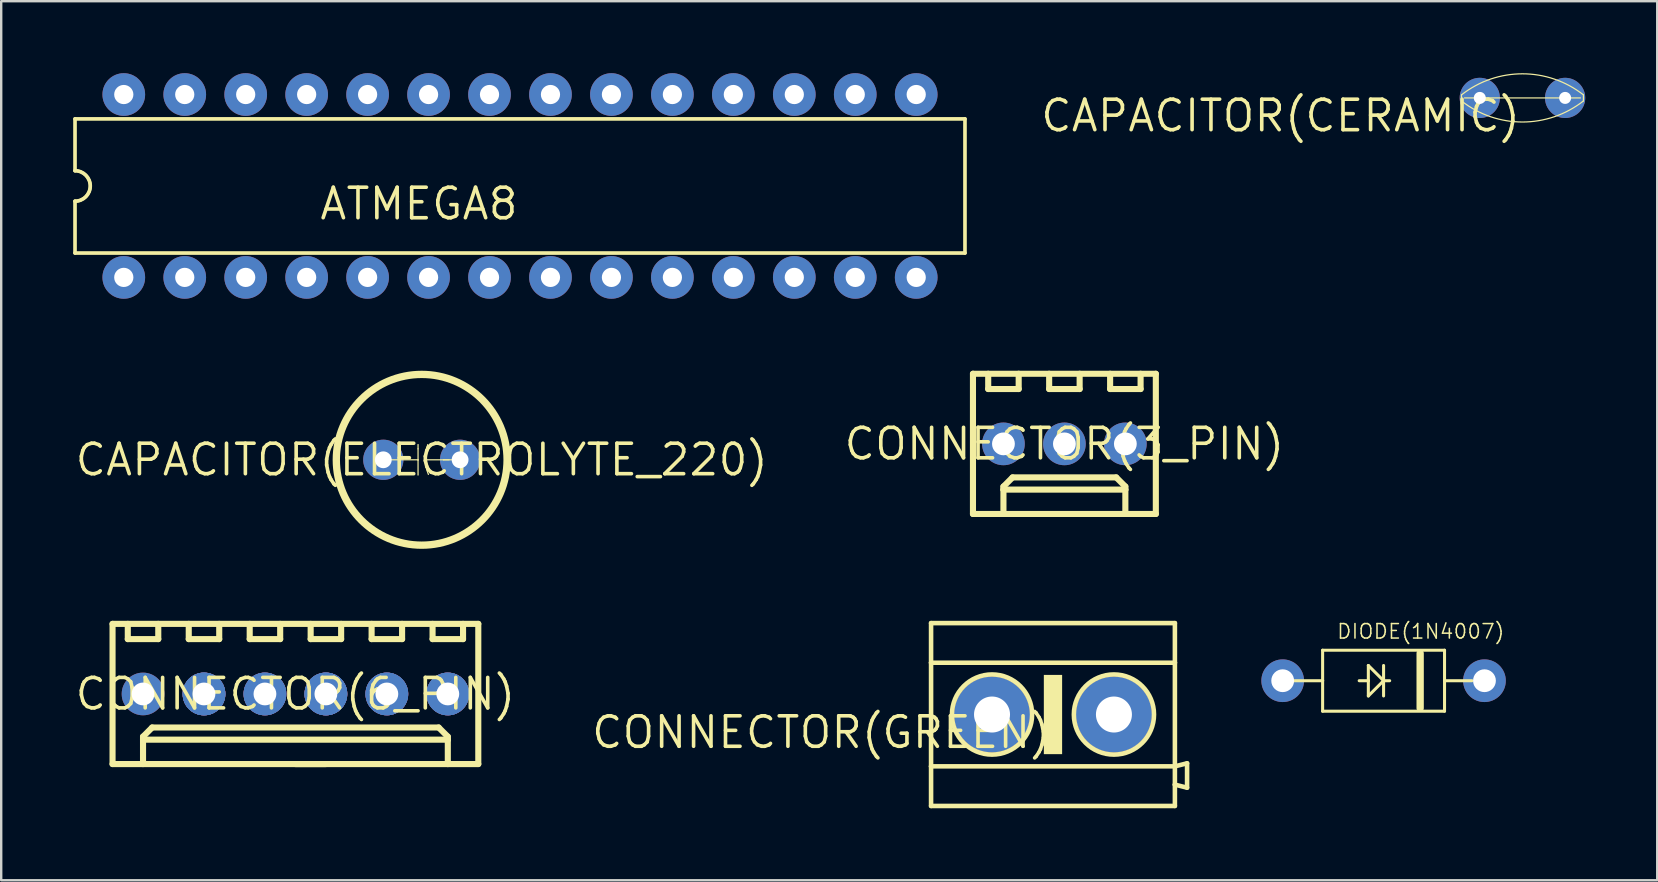
<source format=kicad_pcb>
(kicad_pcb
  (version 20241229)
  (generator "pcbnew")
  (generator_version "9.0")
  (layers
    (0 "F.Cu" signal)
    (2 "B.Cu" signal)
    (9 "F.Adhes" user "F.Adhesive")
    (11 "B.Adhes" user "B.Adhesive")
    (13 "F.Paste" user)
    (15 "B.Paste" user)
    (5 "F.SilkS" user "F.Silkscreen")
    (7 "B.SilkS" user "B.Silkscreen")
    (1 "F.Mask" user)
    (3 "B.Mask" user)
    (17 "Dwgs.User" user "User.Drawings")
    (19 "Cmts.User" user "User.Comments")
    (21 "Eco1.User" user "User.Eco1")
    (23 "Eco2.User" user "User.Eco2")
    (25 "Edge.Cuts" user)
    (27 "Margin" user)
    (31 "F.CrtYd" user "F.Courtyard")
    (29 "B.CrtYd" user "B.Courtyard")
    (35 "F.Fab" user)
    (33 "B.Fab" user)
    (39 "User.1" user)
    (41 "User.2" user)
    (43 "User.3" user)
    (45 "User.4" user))
  (footprint "ATMEGA8"
    (layer "F.Cu")
    (at 18.618 4.699)
    (property "Reference" "ATMEGA8" (at 0 0 0) (layer "F.SilkS") (effects (font (size 1.27 1.27) (thickness 0.15)) (justify right top)))
    (attr through_hole)
    (fp_line (start -18.542 -2.794) (end -18.542 -0.635) (stroke (width 0.152) (type solid)) (layer "F.SilkS"))
    (fp_line (start -18.542 -2.794) (end 18.542 -2.794) (stroke (width 0.152) (type solid)) (layer "F.SilkS"))
    (fp_line (start -18.542 0.635) (end -18.542 2.794) (stroke (width 0.152) (type solid)) (layer "F.SilkS"))
    (fp_line (start -18.542 2.794) (end 18.542 2.794) (stroke (width 0.152) (type solid)) (layer "F.SilkS"))
    (fp_line (start 18.542 -2.794) (end 18.542 2.794) (stroke (width 0.152) (type solid)) (layer "F.SilkS"))
    (fp_arc (start -18.542 -0.635) (mid -17.907 0) (end -18.542 0.635) (stroke (width 0.127) (type solid)) (layer "F.SilkS"))
    (fp_arc (start -18.542 -0.635) (mid -17.907 0) (end -18.542 0.635) (stroke (width 0.1524) (type solid)) (layer "F.SilkS"))
    (pad "AGND" thru_hole circle (at -1.27 -3.81) (size 1.778 1.778) (drill 0.8) (layers "*.Cu" "*.Mask"))
    (pad "AREF" thru_hole circle (at 1.27 -3.81) (size 1.778 1.778) (drill 0.8) (layers "*.Cu" "*.Mask"))
    (pad "AVCC" thru_hole circle (at 3.81 -3.81) (size 1.778 1.778) (drill 0.8) (layers "*.Cu" "*.Mask"))
    (pad "GND" thru_hole circle (at 1.27 3.81) (size 1.778 1.778) (drill 0.8) (layers "*.Cu" "*.Mask"))
    (pad "PB0" thru_hole circle (at 16.51 3.81) (size 1.778 1.778) (drill 0.8) (layers "*.Cu" "*.Mask"))
    (pad "PB1" thru_hole circle (at 16.51 -3.81) (size 1.778 1.778) (drill 0.8) (layers "*.Cu" "*.Mask"))
    (pad "PB2" thru_hole circle (at 13.97 -3.81) (size 1.778 1.778) (drill 0.8) (layers "*.Cu" "*.Mask"))
    (pad "PB3" thru_hole circle (at 11.43 -3.81) (size 1.778 1.778) (drill 0.8) (layers "*.Cu" "*.Mask"))
    (pad "PB4" thru_hole circle (at 8.89 -3.81) (size 1.778 1.778) (drill 0.8) (layers "*.Cu" "*.Mask"))
    (pad "PB5" thru_hole circle (at 6.35 -3.81) (size 1.778 1.778) (drill 0.8) (layers "*.Cu" "*.Mask"))
    (pad "PB6" thru_hole circle (at 3.81 3.81) (size 1.778 1.778) (drill 0.8) (layers "*.Cu" "*.Mask"))
    (pad "PB7" thru_hole circle (at 6.35 3.81) (size 1.778 1.778) (drill 0.8) (layers "*.Cu" "*.Mask"))
    (pad "PC0" thru_hole circle (at -3.81 -3.81) (size 1.778 1.778) (drill 0.8) (layers "*.Cu" "*.Mask"))
    (pad "PC1" thru_hole circle (at -6.35 -3.81) (size 1.778 1.778) (drill 0.8) (layers "*.Cu" "*.Mask"))
    (pad "PC2" thru_hole circle (at -8.89 -3.81) (size 1.778 1.778) (drill 0.8) (layers "*.Cu" "*.Mask"))
    (pad "PC3" thru_hole circle (at -11.43 -3.81) (size 1.778 1.778) (drill 0.8) (layers "*.Cu" "*.Mask"))
    (pad "PC4" thru_hole circle (at -13.97 -3.81) (size 1.778 1.778) (drill 0.8) (layers "*.Cu" "*.Mask"))
    (pad "PC5" thru_hole circle (at -16.51 -3.81) (size 1.778 1.778) (drill 0.8) (layers "*.Cu" "*.Mask"))
    (pad "PC6" thru_hole circle (at -16.51 3.81) (size 1.778 1.778) (drill 0.8) (layers "*.Cu" "*.Mask"))
    (pad "PD0" thru_hole circle (at -13.97 3.81) (size 1.778 1.778) (drill 0.8) (layers "*.Cu" "*.Mask"))
    (pad "PD1" thru_hole circle (at -11.43 3.81) (size 1.778 1.778) (drill 0.8) (layers "*.Cu" "*.Mask"))
    (pad "PD2" thru_hole circle (at -8.89 3.81) (size 1.778 1.778) (drill 0.8) (layers "*.Cu" "*.Mask"))
    (pad "PD3" thru_hole circle (at -6.35 3.81) (size 1.778 1.778) (drill 0.8) (layers "*.Cu" "*.Mask"))
    (pad "PD4" thru_hole circle (at -3.81 3.81) (size 1.778 1.778) (drill 0.8) (layers "*.Cu" "*.Mask"))
    (pad "PD5" thru_hole circle (at 8.89 3.81) (size 1.778 1.778) (drill 0.8) (layers "*.Cu" "*.Mask"))
    (pad "PD6" thru_hole circle (at 11.43 3.81) (size 1.778 1.778) (drill 0.8) (layers "*.Cu" "*.Mask"))
    (pad "PD7" thru_hole circle (at 13.97 3.81) (size 1.778 1.778) (drill 0.8) (layers "*.Cu" "*.Mask"))
    (pad "VCC" thru_hole circle (at -1.27 3.81) (size 1.778 1.778) (drill 0.8) (layers "*.Cu" "*.Mask")))
  (footprint "CONNECTOR(GREEN)"
    (layer "F.Cu")
    (at 40.827 26.724)
    (property "Reference" "CONNECTOR(GREEN)" (at 0 0 0) (layer "F.SilkS") (effects (font (size 1.27 1.27) (thickness 0.15)) (justify right top)))
    (attr through_hole)
    (fp_line (start -5.08 -3.81) (end 5.08 -3.81) (stroke (width 0.19) (type solid)) (layer "F.SilkS"))
    (fp_line (start -5.08 -2.159) (end -5.08 -3.81) (stroke (width 0.19) (type solid)) (layer "F.SilkS"))
    (fp_line (start -5.08 -2.159) (end 5.08 -2.159) (stroke (width 0.19) (type solid)) (layer "F.SilkS"))
    (fp_line (start -5.08 2.159) (end -5.08 -2.159) (stroke (width 0.19) (type solid)) (layer "F.SilkS"))
    (fp_line (start -5.08 2.159) (end 5.08 2.159) (stroke (width 0.19) (type solid)) (layer "F.SilkS"))
    (fp_line (start -5.08 3.81) (end -5.08 2.159) (stroke (width 0.19) (type solid)) (layer "F.SilkS"))
    (fp_line (start 5.08 -3.81) (end 5.08 -2.159) (stroke (width 0.19) (type solid)) (layer "F.SilkS"))
    (fp_line (start 5.08 -2.159) (end 5.08 2.159) (stroke (width 0.19) (type solid)) (layer "F.SilkS"))
    (fp_line (start 5.08 2.159) (end 5.08 2.921) (stroke (width 0.19) (type solid)) (layer "F.SilkS"))
    (fp_line (start 5.08 2.921) (end 5.08 3.81) (stroke (width 0.19) (type solid)) (layer "F.SilkS"))
    (fp_line (start 5.08 2.921) (end 5.588 3.048) (stroke (width 0.19) (type solid)) (layer "F.SilkS"))
    (fp_line (start 5.08 3.81) (end -5.08 3.81) (stroke (width 0.19) (type solid)) (layer "F.SilkS"))
    (fp_line (start 5.588 2.032) (end 5.08 2.159) (stroke (width 0.19) (type solid)) (layer "F.SilkS"))
    (fp_line (start 5.588 2.032) (end 5.588 3.048) (stroke (width 0.19) (type solid)) (layer "F.SilkS"))
    (fp_circle (center -2.54 0) (end -0.87 0) (stroke (width 0.19) (type solid)) (fill no) (layer "F.SilkS"))
    (fp_circle (center 2.54 0) (end 4.21 0) (stroke (width 0.19) (type solid)) (fill no) (layer "F.SilkS"))
    (fp_poly (pts (xy -0.381 1.651) (xy 0.381 1.651) (xy 0.381 -1.651) (xy -0.381 -1.651)) (stroke (width 0) (type solid)) (fill yes) (layer "F.SilkS"))
    (pad "P$1" thru_hole circle (at -2.54 0 90) (size 3.175 3.175) (drill 1.5) (layers "*.Cu" "*.Mask"))
    (pad "P$2" thru_hole circle (at 2.54 0 90) (size 3.175 3.175) (drill 1.5) (layers "*.Cu" "*.Mask")))
  (footprint "CAPACITOR(ELECTROLYTE_220)"
    (layer "F.Cu")
    (at 14.522 16.109)
    (property "Reference" "CAPACITOR(ELECTROLYTE_220)" (at 0 0 0) (layer "F.SilkS") (effects (font (size 1.27 1.27) (thickness 0.15))))
    (attr through_hole)
    (fp_line (start -0.165 0) (end -1.321 0) (stroke (width 0.051) (type solid)) (layer "F.SilkS"))
    (fp_line (start -0.152 -0.457) (end -0.152 -0.635) (stroke (width 0.051) (type solid)) (layer "F.SilkS"))
    (fp_line (start -0.152 0) (end -0.152 -0.457) (stroke (width 0.051) (type solid)) (layer "F.SilkS"))
    (fp_line (start -0.152 0) (end -0.152 0.013) (stroke (width 0.051) (type solid)) (layer "F.SilkS"))
    (fp_line (start -0.152 0.013) (end -0.152 0.635) (stroke (width 0.051) (type solid)) (layer "F.SilkS"))
    (fp_line (start 0.165 0) (end 0.914 0) (stroke (width 0.051) (type solid)) (layer "F.SilkS"))
    (fp_line (start 0.914 0) (end 1.143 0) (stroke (width 0.051) (type solid)) (layer "F.SilkS"))
    (fp_line (start 0.914 0) (end 1.321 0) (stroke (width 0.051) (type solid)) (layer "F.SilkS"))
    (fp_arc (start 0.279399 0.6096) (mid 0.149085 -0.0103) (end 0.254 -0.635) (stroke (width 0.0508) (type solid)) (layer "F.SilkS"))
    (fp_circle (center 0 0) (end 3.558 0) (stroke (width 0.305) (type solid)) (fill no) (layer "F.SilkS"))
    (fp_text user "-" (at 1.511 0.152 0) (layer "F.SilkS") (effects (font (size 0.386 0.386) (thickness 0.033)) (justify left bottom)))
    (fp_text user "+" (at -1.765 0.203 0) (layer "F.SilkS") (effects (font (size 0.386 0.386) (thickness 0.033)) (justify left bottom)))
    (pad "+" thru_hole circle (at -1.6 0) (size 1.676 1.676) (drill 0.7) (layers "*.Cu" "*.Mask"))
    (pad "-" thru_hole circle (at 1.6 0) (size 1.676 1.676) (drill 0.7) (layers "*.Cu" "*.Mask")))
  (footprint "CAPACITOR(CERAMIC)"
    (layer "F.Cu")
    (at 60.39 1.03)
    (property "Reference" "CAPACITOR(CERAMIC)" (at 0 0 0) (layer "F.SilkS") (effects (font (size 1.27 1.27) (thickness 0.15)) (justify right top)))
    (attr through_hole)
    (fp_line (start -2.54 -0.127) (end -2.54 0.127) (stroke (width 0.051) (type solid)) (layer "F.SilkS"))
    (fp_line (start -2.413 0) (end 2.413 0) (stroke (width 0.051) (type solid)) (layer "F.SilkS"))
    (fp_line (start 2.54 -0.127) (end 2.54 0.127) (stroke (width 0.051) (type solid)) (layer "F.SilkS"))
    (fp_arc (start -2.54 -0.127) (mid -0.000001 -1.00426) (end 2.539999 -0.127001) (stroke (width 0.0508) (type solid)) (layer "F.SilkS"))
    (fp_arc (start 2.54 0.127) (mid 0.000001 1.00426) (end -2.539999 0.127001) (stroke (width 0.0508) (type solid)) (layer "F.SilkS"))
    (pad "1" thru_hole circle (at -1.778 0) (size 1.676 1.676) (drill 0.5) (layers "*.Cu" "*.Mask"))
    (pad "2" thru_hole circle (at 1.778 0) (size 1.676 1.676) (drill 0.5) (layers "*.Cu" "*.Mask")))
  (footprint "DIODE(1N4007)"
    (layer "F.Cu")
    (at 54.603 25.315)
    (property "Reference" "DIODE(1N4007)" (at -1.981 -1.702 0) (layer "F.SilkS") (effects (font (size 0.603 0.603) (thickness 0.064)) (justify left bottom)))
    (attr through_hole)
    (fp_line (start -2.54 -1.27) (end 2.54 -1.27) (stroke (width 0.127) (type solid)) (layer "F.SilkS"))
    (fp_line (start -2.54 0) (end -3.81 0) (stroke (width 0.127) (type solid)) (layer "F.SilkS"))
    (fp_line (start -2.54 0) (end -2.54 -1.27) (stroke (width 0.127) (type solid)) (layer "F.SilkS"))
    (fp_line (start -2.54 1.27) (end -2.54 0) (stroke (width 0.127) (type solid)) (layer "F.SilkS"))
    (fp_line (start -0.635 0) (end -1.016 0) (stroke (width 0.127) (type solid)) (layer "F.SilkS"))
    (fp_line (start -0.635 0) (end -0.635 -0.635) (stroke (width 0.127) (type solid)) (layer "F.SilkS"))
    (fp_line (start -0.635 0.635) (end -0.635 0) (stroke (width 0.127) (type solid)) (layer "F.SilkS"))
    (fp_line (start 0 0) (end -0.635 -0.635) (stroke (width 0.127) (type solid)) (layer "F.SilkS"))
    (fp_line (start 0 0) (end -0.635 0.635) (stroke (width 0.127) (type solid)) (layer "F.SilkS"))
    (fp_line (start 0 0) (end 0 -0.635) (stroke (width 0.127) (type solid)) (layer "F.SilkS"))
    (fp_line (start 0 0) (end 0 0.635) (stroke (width 0.127) (type solid)) (layer "F.SilkS"))
    (fp_line (start 0 0) (end 0.254 0) (stroke (width 0.127) (type solid)) (layer "F.SilkS"))
    (fp_line (start 1.524 -1.143) (end 1.524 1.143) (stroke (width 0.305) (type solid)) (layer "F.SilkS"))
    (fp_line (start 2.54 -1.27) (end 2.54 0) (stroke (width 0.127) (type solid)) (layer "F.SilkS"))
    (fp_line (start 2.54 0) (end 2.54 1.27) (stroke (width 0.127) (type solid)) (layer "F.SilkS"))
    (fp_line (start 2.54 0) (end 3.683 0) (stroke (width 0.127) (type solid)) (layer "F.SilkS"))
    (fp_line (start 2.54 1.27) (end -2.54 1.27) (stroke (width 0.127) (type solid)) (layer "F.SilkS"))
    (pad "A" thru_hole circle (at -4.204 0) (size 1.778 1.778) (drill 0.95) (layers "*.Cu" "*.Mask"))
    (pad "C" thru_hole circle (at 4.204 0) (size 1.778 1.778) (drill 0.95) (layers "*.Cu" "*.Mask")))
  (footprint "CONNECTOR(6_PIN)"
    (layer "F.Cu")
    (at 9.26 25.867)
    (property "Reference" "CONNECTOR(6_PIN)" (at 0 0 0) (layer "F.SilkS") (effects (font (size 1.27 1.27) (thickness 0.15))))
    (attr through_hole)
    (fp_line (start -7.62 -2.921) (end -7.62 2.921) (stroke (width 0.254) (type solid)) (layer "F.SilkS"))
    (fp_line (start -7.62 -2.921) (end 7.62 -2.921) (stroke (width 0.254) (type solid)) (layer "F.SilkS"))
    (fp_line (start -6.985 -2.921) (end -6.985 -2.286) (stroke (width 0.254) (type solid)) (layer "F.SilkS"))
    (fp_line (start -6.985 -2.286) (end -5.715 -2.286) (stroke (width 0.254) (type solid)) (layer "F.SilkS"))
    (fp_line (start -6.35 1.778) (end -6.35 1.905) (stroke (width 0.254) (type solid)) (layer "F.SilkS"))
    (fp_line (start -6.35 1.905) (end -6.35 2.921) (stroke (width 0.254) (type solid)) (layer "F.SilkS"))
    (fp_line (start -6.35 1.905) (end 6.35 1.905) (stroke (width 0.254) (type solid)) (layer "F.SilkS"))
    (fp_line (start -6.35 2.921) (end -7.62 2.921) (stroke (width 0.254) (type solid)) (layer "F.SilkS"))
    (fp_line (start -5.969 1.397) (end -6.35 1.778) (stroke (width 0.254) (type solid)) (layer "F.SilkS"))
    (fp_line (start -5.715 -2.286) (end -5.715 -2.921) (stroke (width 0.254) (type solid)) (layer "F.SilkS"))
    (fp_line (start -4.445 -2.286) (end -4.445 -2.921) (stroke (width 0.254) (type solid)) (layer "F.SilkS"))
    (fp_line (start -4.445 -2.286) (end -3.175 -2.286) (stroke (width 0.254) (type solid)) (layer "F.SilkS"))
    (fp_line (start -3.175 -2.921) (end -3.175 -2.286) (stroke (width 0.254) (type solid)) (layer "F.SilkS"))
    (fp_line (start -1.905 -2.286) (end -1.905 -2.921) (stroke (width 0.254) (type solid)) (layer "F.SilkS"))
    (fp_line (start -1.905 -2.286) (end -0.635 -2.286) (stroke (width 0.254) (type solid)) (layer "F.SilkS"))
    (fp_line (start -0.635 -2.921) (end -0.635 -2.286) (stroke (width 0.254) (type solid)) (layer "F.SilkS"))
    (fp_line (start 0 2.921) (end 6.35 2.921) (stroke (width 0.254) (type solid)) (layer "F.SilkS"))
    (fp_line (start 0.635 -2.921) (end 0.635 -2.286) (stroke (width 0.254) (type solid)) (layer "F.SilkS"))
    (fp_line (start 0.635 -2.286) (end 1.905 -2.286) (stroke (width 0.254) (type solid)) (layer "F.SilkS"))
    (fp_line (start 1.27 2.921) (end -6.35 2.921) (stroke (width 0.254) (type solid)) (layer "F.SilkS"))
    (fp_line (start 1.905 -2.286) (end 1.905 -2.921) (stroke (width 0.254) (type solid)) (layer "F.SilkS"))
    (fp_line (start 3.175 -2.286) (end 3.175 -2.921) (stroke (width 0.254) (type solid)) (layer "F.SilkS"))
    (fp_line (start 3.175 -2.286) (end 4.445 -2.286) (stroke (width 0.254) (type solid)) (layer "F.SilkS"))
    (fp_line (start 4.445 -2.921) (end 4.445 -2.286) (stroke (width 0.254) (type solid)) (layer "F.SilkS"))
    (fp_line (start 5.715 -2.286) (end 5.715 -2.921) (stroke (width 0.254) (type solid)) (layer "F.SilkS"))
    (fp_line (start 5.715 -2.286) (end 6.985 -2.286) (stroke (width 0.254) (type solid)) (layer "F.SilkS"))
    (fp_line (start 5.969 1.397) (end -5.969 1.397) (stroke (width 0.254) (type solid)) (layer "F.SilkS"))
    (fp_line (start 5.969 1.397) (end 6.35 1.778) (stroke (width 0.254) (type solid)) (layer "F.SilkS"))
    (fp_line (start 6.35 1.778) (end 6.35 1.905) (stroke (width 0.254) (type solid)) (layer "F.SilkS"))
    (fp_line (start 6.35 1.905) (end 6.35 2.921) (stroke (width 0.254) (type solid)) (layer "F.SilkS"))
    (fp_line (start 6.35 2.921) (end 7.62 2.921) (stroke (width 0.254) (type solid)) (layer "F.SilkS"))
    (fp_line (start 6.985 -2.921) (end 6.985 -2.286) (stroke (width 0.254) (type solid)) (layer "F.SilkS"))
    (fp_line (start 7.62 -2.921) (end 7.62 2.921) (stroke (width 0.254) (type solid)) (layer "F.SilkS"))
    (pad "1" thru_hole circle (at -6.35 0) (size 1.778 1.778) (drill 0.95) (layers "*.Cu" "*.Mask"))
    (pad "2" thru_hole circle (at -3.81 0) (size 1.778 1.778) (drill 0.7) (layers "*.Cu" "*.Mask"))
    (pad "3" thru_hole circle (at -1.27 0) (size 1.778 1.778) (drill 0.7) (layers "*.Cu" "*.Mask"))
    (pad "4" thru_hole circle (at 1.27 0) (size 1.778 1.778) (drill 0.7) (layers "*.Cu" "*.Mask"))
    (pad "5" thru_hole circle (at 3.81 0) (size 1.778 1.778) (drill 0.7) (layers "*.Cu" "*.Mask"))
    (pad "6" thru_hole circle (at 6.35 0) (size 1.778 1.778) (drill 0.7) (layers "*.Cu" "*.Mask"))
    (pad "7" thru_hole circle (at -3.81 0) (size 1.778 1.778) (drill 0.8) (layers "*.Cu" "*.Mask"))
    (pad "8" thru_hole circle (at -3.81 0) (size 1.778 1.778) (drill 0.8) (layers "*.Cu" "*.Mask"))
    (pad "9" thru_hole circle (at -1.27 0) (size 1.778 1.778) (drill 0.8) (layers "*.Cu" "*.Mask"))
    (pad "10" thru_hole circle (at 1.27 0) (size 1.778 1.778) (drill 0.8) (layers "*.Cu" "*.Mask"))
    (pad "11" thru_hole circle (at 3.81 0) (size 1.778 1.778) (drill 0.8) (layers "*.Cu" "*.Mask"))
    (pad "12" thru_hole circle (at 6.35 0) (size 1.778 1.778) (drill 0.8) (layers "*.Cu" "*.Mask"))
    (pad "13" thru_hole circle (at -3.81 0) (size 1.778 1.778) (drill 0.95) (layers "*.Cu" "*.Mask"))
    (pad "14" thru_hole circle (at -1.27 0) (size 1.778 1.778) (drill 0.95) (layers "*.Cu" "*.Mask"))
    (pad "15" thru_hole circle (at 1.27 0) (size 1.778 1.778) (drill 0.9) (layers "*.Cu" "*.Mask"))
    (pad "16" thru_hole circle (at 1.27 0) (size 1.778 1.778) (drill 0.95) (layers "*.Cu" "*.Mask"))
    (pad "17" thru_hole circle (at 3.81 0) (size 1.778 1.778) (drill 0.95) (layers "*.Cu" "*.Mask"))
    (pad "18" thru_hole circle (at 6.35 0) (size 1.778 1.778) (drill 0.95) (layers "*.Cu" "*.Mask")))
  (footprint "CONNECTOR(3_PIN)"
    (layer "F.Cu")
    (at 41.303 15.446)
    (property "Reference" "CONNECTOR(3_PIN)" (at 0 0 0) (layer "F.SilkS") (effects (font (size 1.27 1.27) (thickness 0.15))))
    (attr through_hole)
    (fp_line (start -3.81 -2.921) (end -3.81 2.921) (stroke (width 0.254) (type solid)) (layer "F.SilkS"))
    (fp_line (start -3.81 -2.921) (end 3.81 -2.921) (stroke (width 0.254) (type solid)) (layer "F.SilkS"))
    (fp_line (start -3.81 2.921) (end -2.54 2.921) (stroke (width 0.254) (type solid)) (layer "F.SilkS"))
    (fp_line (start -3.175 -2.921) (end -3.175 -2.286) (stroke (width 0.254) (type solid)) (layer "F.SilkS"))
    (fp_line (start -3.175 -2.286) (end -1.905 -2.286) (stroke (width 0.254) (type solid)) (layer "F.SilkS"))
    (fp_line (start -2.54 1.778) (end -2.159 1.397) (stroke (width 0.254) (type solid)) (layer "F.SilkS"))
    (fp_line (start -2.54 1.905) (end -2.54 1.778) (stroke (width 0.254) (type solid)) (layer "F.SilkS"))
    (fp_line (start -2.54 1.905) (end -2.54 2.921) (stroke (width 0.254) (type solid)) (layer "F.SilkS"))
    (fp_line (start -2.54 1.905) (end 2.54 1.905) (stroke (width 0.254) (type solid)) (layer "F.SilkS"))
    (fp_line (start -2.54 2.921) (end 2.54 2.921) (stroke (width 0.254) (type solid)) (layer "F.SilkS"))
    (fp_line (start -2.159 1.397) (end 2.159 1.397) (stroke (width 0.254) (type solid)) (layer "F.SilkS"))
    (fp_line (start -1.905 -2.286) (end -1.905 -2.921) (stroke (width 0.254) (type solid)) (layer "F.SilkS"))
    (fp_line (start -0.635 -2.286) (end -0.635 -2.921) (stroke (width 0.254) (type solid)) (layer "F.SilkS"))
    (fp_line (start -0.635 -2.286) (end 0.635 -2.286) (stroke (width 0.254) (type solid)) (layer "F.SilkS"))
    (fp_line (start 0.635 -2.921) (end 0.635 -2.286) (stroke (width 0.254) (type solid)) (layer "F.SilkS"))
    (fp_line (start 1.905 -2.286) (end 1.905 -2.921) (stroke (width 0.254) (type solid)) (layer "F.SilkS"))
    (fp_line (start 1.905 -2.286) (end 3.175 -2.286) (stroke (width 0.254) (type solid)) (layer "F.SilkS"))
    (fp_line (start 2.159 1.397) (end 2.54 1.778) (stroke (width 0.254) (type solid)) (layer "F.SilkS"))
    (fp_line (start 2.54 1.778) (end 2.54 1.905) (stroke (width 0.254) (type solid)) (layer "F.SilkS"))
    (fp_line (start 2.54 1.905) (end 2.54 2.921) (stroke (width 0.254) (type solid)) (layer "F.SilkS"))
    (fp_line (start 2.54 2.921) (end 3.81 2.921) (stroke (width 0.254) (type solid)) (layer "F.SilkS"))
    (fp_line (start 3.175 -2.921) (end 3.175 -2.286) (stroke (width 0.254) (type solid)) (layer "F.SilkS"))
    (fp_line (start 3.81 -2.921) (end 3.81 2.921) (stroke (width 0.254) (type solid)) (layer "F.SilkS"))
    (pad "1" thru_hole circle (at -2.54 0) (size 1.778 1.778) (drill 0.95) (layers "*.Cu" "*.Mask"))
    (pad "2" thru_hole circle (at 0 0) (size 1.778 1.778) (drill 0.95) (layers "*.Cu" "*.Mask"))
    (pad "3" thru_hole circle (at 2.54 0) (size 1.778 1.778) (drill 0.95) (layers "*.Cu" "*.Mask")))
  (gr_rect
    (start -3 -3)
    (end 66.006 33.63)
    (stroke (width 0.1) (type default))
    (fill no)
    (layer "Edge.Cuts")))
</source>
